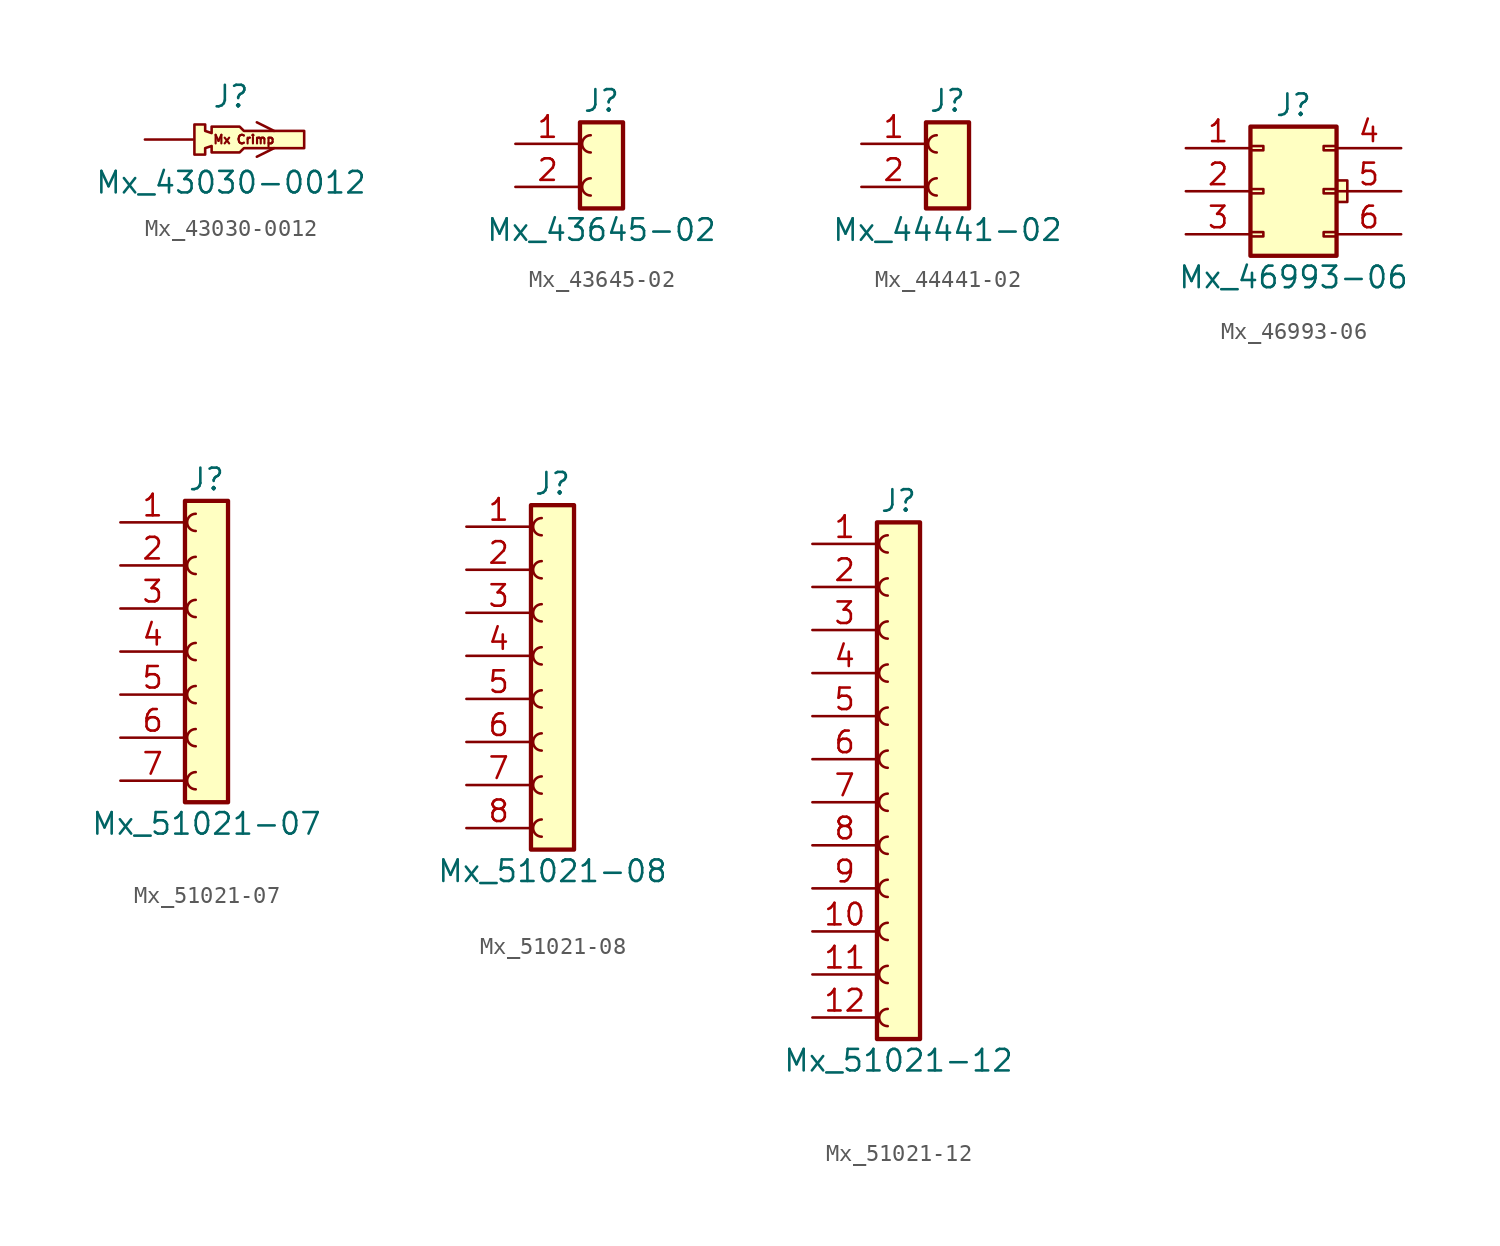
<source format=kicad_sym>
(kicad_symbol_lib
  (version 20211014)
  (generator kicad_symbol_editor)
  (symbol "Mx_43030-0012"
    (pin_numbers hide)
    (pin_names
      (offset 1.016) hide)
    (property "Reference" "J"
      (at 0 2.54 0)
      (effects (font (size 1.27 1.27))))
    (property "Value" "Mx_43030-0012"
      (at 0 -2.54 0)
      (effects (font (size 1.27 1.27))))
    (symbol "Mx_43030-0012_0_0"
      (text "Mx Crimp" (at 0.762 0 0) (effects (font (size 0.508 0.508)))))
    (symbol "Mx_43030-0012_0_1"
      (polyline (pts (xy 2.54 -0.508) (xy 1.524 -1.016)) (stroke (width 0) (type default) (color 0 0 0 0)) (fill (type none)))
      (polyline (pts (xy 2.54 0.508) (xy 1.524 1.016)) (stroke (width 0) (type default) (color 0 0 0 0)) (fill (type none)))
      (polyline (pts (xy 0.762 0.508) (xy 0.508 0.762) (xy -1.143 0.762) (xy -1.143 0.381) (xy -1.524 0.508) (xy -1.524 0.889) (xy -2.159 0.889) (xy -2.159 -0.889) (xy -1.524 -0.889) (xy -1.524 -0.508) (xy -1.143 -0.381) (xy -1.143 -0.762) (xy 0.508 -0.762) (xy 0.762 -0.508) (xy 4.318 -0.508) (xy 4.318 0.508) (xy 0.762 0.508)) (stroke (width 0) (type default) (color 0 0 0 0)) (fill (type background))))
    (symbol "Mx_43030-0012_1_1"
      (pin passive line (at -5.08 0 0) (length 2.819) (name "Pin_1" (effects (font (size 1.27 1.27)))) (number "1" (effects (font (size 1.27 1.27)))))))
  (symbol "Mx_43645-02"
    (pin_names
      (offset 1.016) hide)
    (property "Reference" "J"
      (at 0 2.54 0)
      (effects (font (size 1.27 1.27))))
    (property "Value" "Mx_43645-02"
      (at 0 -5.08 0)
      (effects (font (size 1.27 1.27))))
    (symbol "Mx_43645-02_1_1"
      (rectangle (start -1.27 1.27) (end 1.27 -3.81) (stroke (width 0.254) (type default) (color 0 0 0 0)) (fill (type background)))
      (arc (start -0.635 -2.032) (mid -1.143 -2.54) (end -0.635 -3.048) (stroke (width 0) (type default) (color 0 0 0 0)) (fill (type none)))
      (arc (start -0.635 0.508) (mid -1.143 0) (end -0.635 -0.508) (stroke (width 0) (type default) (color 0 0 0 0)) (fill (type none)))
      (pin passive line (at -5.08 0 0) (length 3.81) (name "Pin_1" (effects (font (size 1.27 1.27)))) (number "1" (effects (font (size 1.27 1.27)))))
      (pin passive line (at -5.08 -2.54 0) (length 3.81) (name "Pin_2" (effects (font (size 1.27 1.27)))) (number "2" (effects (font (size 1.27 1.27)))))))
  (symbol "Mx_44441-02"
    (pin_names
      (offset 1.016) hide)
    (property "Reference" "J"
      (at 0 2.54 0)
      (effects (font (size 1.27 1.27))))
    (property "Value" "Mx_44441-02"
      (at 0 -5.08 0)
      (effects (font (size 1.27 1.27))))
    (symbol "Mx_44441-02_1_1"
      (rectangle (start -1.27 1.27) (end 1.27 -3.81) (stroke (width 0.254) (type default) (color 0 0 0 0)) (fill (type background)))
      (arc (start -0.635 -2.032) (mid -1.143 -2.54) (end -0.635 -3.048) (stroke (width 0) (type default) (color 0 0 0 0)) (fill (type none)))
      (arc (start -0.635 0.508) (mid -1.143 0) (end -0.635 -0.508) (stroke (width 0) (type default) (color 0 0 0 0)) (fill (type none)))
      (pin passive line (at -5.08 0 0) (length 3.81) (name "Pin_1" (effects (font (size 1.27 1.27)))) (number "1" (effects (font (size 1.27 1.27)))))
      (pin passive line (at -5.08 -2.54 0) (length 3.81) (name "Pin_2" (effects (font (size 1.27 1.27)))) (number "2" (effects (font (size 1.27 1.27)))))))
  (symbol "Mx_46993-06"
    (pin_names
      (offset 1.016) hide)
    (property "Reference" "J"
      (at 0 5.08 0)
      (effects (font (size 1.27 1.27))))
    (property "Value" "Mx_46993-06"
      (at 0 -5.08 0)
      (effects (font (size 1.27 1.27))))
    (symbol "Mx_46993-06_0_1"
      (rectangle (start -2.54 -2.667) (end -1.778 -2.413) (stroke (width 0) (type default) (color 0 0 0 0)) (fill (type none)))
      (rectangle (start 2.54 0.635) (end 3.175 -0.635) (stroke (width 0) (type default) (color 0 0 0 0)) (fill (type background))))
    (symbol "Mx_46993-06_1_1"
      (rectangle (start -2.54 -0.127) (end -1.778 0.127) (stroke (width 0) (type default) (color 0 0 0 0)) (fill (type none)))
      (rectangle (start -2.54 2.413) (end -1.778 2.667) (stroke (width 0) (type default) (color 0 0 0 0)) (fill (type none)))
      (rectangle (start 1.778 -2.667) (end 2.54 -2.413) (stroke (width 0) (type default) (color 0 0 0 0)) (fill (type none)))
      (rectangle (start 1.778 -0.127) (end 2.54 0.127) (stroke (width 0) (type default) (color 0 0 0 0)) (fill (type none)))
      (rectangle (start 1.778 2.413) (end 2.54 2.667) (stroke (width 0) (type default) (color 0 0 0 0)) (fill (type none)))
      (rectangle (start 2.54 3.81) (end -2.54 -3.81) (stroke (width 0.254) (type default) (color 0 0 0 0)) (fill (type background)))
      (pin passive line (at -6.35 2.54 0) (length 3.81) (name "Pin_1" (effects (font (size 1.27 1.27)))) (number "1" (effects (font (size 1.27 1.27)))))
      (pin passive line (at -6.35 0 0) (length 3.81) (name "Pin_2" (effects (font (size 1.27 1.27)))) (number "2" (effects (font (size 1.27 1.27)))))
      (pin passive line (at -6.35 -2.54 0) (length 3.81) (name "Pin_3" (effects (font (size 1.27 1.27)))) (number "3" (effects (font (size 1.27 1.27)))))
      (pin passive line (at 6.35 2.54 180) (length 3.81) (name "Pin_4" (effects (font (size 1.27 1.27)))) (number "4" (effects (font (size 1.27 1.27)))))
      (pin passive line (at 6.35 0 180) (length 3.81) (name "Pin_5" (effects (font (size 1.27 1.27)))) (number "5" (effects (font (size 1.27 1.27)))))
      (pin passive line (at 6.35 -2.54 180) (length 3.81) (name "Pin_6" (effects (font (size 1.27 1.27)))) (number "6" (effects (font (size 1.27 1.27)))))))
  (symbol "Mx_51021-07"
    (pin_names
      (offset 1.016) hide)
    (property "Reference" "J"
      (at 0 10.16 0)
      (effects (font (size 1.27 1.27))))
    (property "Value" "Mx_51021-07"
      (at 0 -10.16 0)
      (effects (font (size 1.27 1.27))))
    (symbol "Mx_51021-07_1_1"
      (rectangle (start -1.27 8.89) (end 1.27 -8.89) (stroke (width 0.254) (type default) (color 0 0 0 0)) (fill (type background)))
      (arc (start -0.635 -7.112) (mid -1.143 -7.62) (end -0.635 -8.128) (stroke (width 0) (type default) (color 0 0 0 0)) (fill (type none)))
      (arc (start -0.635 -4.572) (mid -1.143 -5.08) (end -0.635 -5.588) (stroke (width 0) (type default) (color 0 0 0 0)) (fill (type none)))
      (arc (start -0.635 -2.032) (mid -1.143 -2.54) (end -0.635 -3.048) (stroke (width 0) (type default) (color 0 0 0 0)) (fill (type none)))
      (arc (start -0.635 0.508) (mid -1.143 0) (end -0.635 -0.508) (stroke (width 0) (type default) (color 0 0 0 0)) (fill (type none)))
      (arc (start -0.635 3.048) (mid -1.143 2.54) (end -0.635 2.032) (stroke (width 0) (type default) (color 0 0 0 0)) (fill (type none)))
      (arc (start -0.635 5.588) (mid -1.143 5.08) (end -0.635 4.572) (stroke (width 0) (type default) (color 0 0 0 0)) (fill (type none)))
      (arc (start -0.635 8.128) (mid -1.143 7.62) (end -0.635 7.112) (stroke (width 0) (type default) (color 0 0 0 0)) (fill (type none)))
      (pin passive line (at -5.08 7.62 0) (length 3.81) (name "Pin_1" (effects (font (size 1.27 1.27)))) (number "1" (effects (font (size 1.27 1.27)))))
      (pin passive line (at -5.08 5.08 0) (length 3.81) (name "Pin_2" (effects (font (size 1.27 1.27)))) (number "2" (effects (font (size 1.27 1.27)))))
      (pin passive line (at -5.08 2.54 0) (length 3.81) (name "Pin_3" (effects (font (size 1.27 1.27)))) (number "3" (effects (font (size 1.27 1.27)))))
      (pin passive line (at -5.08 0 0) (length 3.81) (name "Pin_4" (effects (font (size 1.27 1.27)))) (number "4" (effects (font (size 1.27 1.27)))))
      (pin passive line (at -5.08 -2.54 0) (length 3.81) (name "Pin_5" (effects (font (size 1.27 1.27)))) (number "5" (effects (font (size 1.27 1.27)))))
      (pin passive line (at -5.08 -5.08 0) (length 3.81) (name "Pin_6" (effects (font (size 1.27 1.27)))) (number "6" (effects (font (size 1.27 1.27)))))
      (pin passive line (at -5.08 -7.62 0) (length 3.81) (name "Pin_7" (effects (font (size 1.27 1.27)))) (number "7" (effects (font (size 1.27 1.27)))))))
  (symbol "Mx_51021-08"
    (pin_names
      (offset 1.016) hide)
    (property "Reference" "J"
      (at 0 10.16 0)
      (effects (font (size 1.27 1.27))))
    (property "Value" "Mx_51021-08"
      (at 0 -12.7 0)
      (effects (font (size 1.27 1.27))))
    (symbol "Mx_51021-08_1_1"
      (rectangle (start -1.27 8.89) (end 1.27 -11.43) (stroke (width 0.254) (type default) (color 0 0 0 0)) (fill (type background)))
      (arc (start -0.635 -9.652) (mid -1.143 -10.16) (end -0.635 -10.668) (stroke (width 0) (type default) (color 0 0 0 0)) (fill (type none)))
      (arc (start -0.635 -7.112) (mid -1.143 -7.62) (end -0.635 -8.128) (stroke (width 0) (type default) (color 0 0 0 0)) (fill (type none)))
      (arc (start -0.635 -4.572) (mid -1.143 -5.08) (end -0.635 -5.588) (stroke (width 0) (type default) (color 0 0 0 0)) (fill (type none)))
      (arc (start -0.635 -2.032) (mid -1.143 -2.54) (end -0.635 -3.048) (stroke (width 0) (type default) (color 0 0 0 0)) (fill (type none)))
      (arc (start -0.635 0.508) (mid -1.143 0) (end -0.635 -0.508) (stroke (width 0) (type default) (color 0 0 0 0)) (fill (type none)))
      (arc (start -0.635 3.048) (mid -1.143 2.54) (end -0.635 2.032) (stroke (width 0) (type default) (color 0 0 0 0)) (fill (type none)))
      (arc (start -0.635 5.588) (mid -1.143 5.08) (end -0.635 4.572) (stroke (width 0) (type default) (color 0 0 0 0)) (fill (type none)))
      (arc (start -0.635 8.128) (mid -1.143 7.62) (end -0.635 7.112) (stroke (width 0) (type default) (color 0 0 0 0)) (fill (type none)))
      (pin passive line (at -5.08 7.62 0) (length 3.81) (name "Pin_1" (effects (font (size 1.27 1.27)))) (number "1" (effects (font (size 1.27 1.27)))))
      (pin passive line (at -5.08 5.08 0) (length 3.81) (name "Pin_2" (effects (font (size 1.27 1.27)))) (number "2" (effects (font (size 1.27 1.27)))))
      (pin passive line (at -5.08 2.54 0) (length 3.81) (name "Pin_3" (effects (font (size 1.27 1.27)))) (number "3" (effects (font (size 1.27 1.27)))))
      (pin passive line (at -5.08 0 0) (length 3.81) (name "Pin_4" (effects (font (size 1.27 1.27)))) (number "4" (effects (font (size 1.27 1.27)))))
      (pin passive line (at -5.08 -2.54 0) (length 3.81) (name "Pin_5" (effects (font (size 1.27 1.27)))) (number "5" (effects (font (size 1.27 1.27)))))
      (pin passive line (at -5.08 -5.08 0) (length 3.81) (name "Pin_6" (effects (font (size 1.27 1.27)))) (number "6" (effects (font (size 1.27 1.27)))))
      (pin passive line (at -5.08 -7.62 0) (length 3.81) (name "Pin_7" (effects (font (size 1.27 1.27)))) (number "7" (effects (font (size 1.27 1.27)))))
      (pin passive line (at -5.08 -10.16 0) (length 3.81) (name "Pin_8" (effects (font (size 1.27 1.27)))) (number "8" (effects (font (size 1.27 1.27)))))))
  (symbol "Mx_51021-12"
    (pin_names
      (offset 1.016) hide)
    (property "Reference" "J"
      (at 0 16.51 0)
      (effects (font (size 1.27 1.27))))
    (property "Value" "Mx_51021-12"
      (at 0 -16.51 0)
      (effects (font (size 1.27 1.27))))
    (symbol "Mx_51021-12_1_1"
      (rectangle (start -1.27 15.24) (end 1.27 -15.24) (stroke (width 0.254) (type default) (color 0 0 0 0)) (fill (type background)))
      (arc (start -0.635 -13.462) (mid -1.143 -13.97) (end -0.635 -14.478) (stroke (width 0) (type default) (color 0 0 0 0)) (fill (type none)))
      (arc (start -0.635 -10.922) (mid -1.143 -11.43) (end -0.635 -11.938) (stroke (width 0) (type default) (color 0 0 0 0)) (fill (type none)))
      (arc (start -0.635 -8.382) (mid -1.143 -8.89) (end -0.635 -9.398) (stroke (width 0) (type default) (color 0 0 0 0)) (fill (type none)))
      (arc (start -0.635 -5.842) (mid -1.143 -6.35) (end -0.635 -6.858) (stroke (width 0) (type default) (color 0 0 0 0)) (fill (type none)))
      (arc (start -0.635 -3.302) (mid -1.143 -3.81) (end -0.635 -4.318) (stroke (width 0) (type default) (color 0 0 0 0)) (fill (type none)))
      (arc (start -0.635 -0.762) (mid -1.143 -1.27) (end -0.635 -1.778) (stroke (width 0) (type default) (color 0 0 0 0)) (fill (type none)))
      (arc (start -0.635 1.778) (mid -1.143 1.27) (end -0.635 0.762) (stroke (width 0) (type default) (color 0 0 0 0)) (fill (type none)))
      (arc (start -0.635 4.318) (mid -1.143 3.81) (end -0.635 3.302) (stroke (width 0) (type default) (color 0 0 0 0)) (fill (type none)))
      (arc (start -0.635 6.858) (mid -1.143 6.35) (end -0.635 5.842) (stroke (width 0) (type default) (color 0 0 0 0)) (fill (type none)))
      (arc (start -0.635 9.398) (mid -1.143 8.89) (end -0.635 8.382) (stroke (width 0) (type default) (color 0 0 0 0)) (fill (type none)))
      (arc (start -0.635 11.938) (mid -1.143 11.43) (end -0.635 10.922) (stroke (width 0) (type default) (color 0 0 0 0)) (fill (type none)))
      (arc (start -0.635 14.478) (mid -1.143 13.97) (end -0.635 13.462) (stroke (width 0) (type default) (color 0 0 0 0)) (fill (type none)))
      (pin passive line (at -5.08 13.97 0) (length 3.81) (name "Pin_1" (effects (font (size 1.27 1.27)))) (number "1" (effects (font (size 1.27 1.27)))))
      (pin passive line (at -5.08 -8.89 0) (length 3.81) (name "Pin_10" (effects (font (size 1.27 1.27)))) (number "10" (effects (font (size 1.27 1.27)))))
      (pin passive line (at -5.08 -11.43 0) (length 3.81) (name "Pin_11" (effects (font (size 1.27 1.27)))) (number "11" (effects (font (size 1.27 1.27)))))
      (pin passive line (at -5.08 -13.97 0) (length 3.81) (name "Pin_12" (effects (font (size 1.27 1.27)))) (number "12" (effects (font (size 1.27 1.27)))))
      (pin passive line (at -5.08 11.43 0) (length 3.81) (name "Pin_2" (effects (font (size 1.27 1.27)))) (number "2" (effects (font (size 1.27 1.27)))))
      (pin passive line (at -5.08 8.89 0) (length 3.81) (name "Pin_3" (effects (font (size 1.27 1.27)))) (number "3" (effects (font (size 1.27 1.27)))))
      (pin passive line (at -5.08 6.35 0) (length 3.81) (name "Pin_4" (effects (font (size 1.27 1.27)))) (number "4" (effects (font (size 1.27 1.27)))))
      (pin passive line (at -5.08 3.81 0) (length 3.81) (name "Pin_5" (effects (font (size 1.27 1.27)))) (number "5" (effects (font (size 1.27 1.27)))))
      (pin passive line (at -5.08 1.27 0) (length 3.81) (name "Pin_6" (effects (font (size 1.27 1.27)))) (number "6" (effects (font (size 1.27 1.27)))))
      (pin passive line (at -5.08 -1.27 0) (length 3.81) (name "Pin_7" (effects (font (size 1.27 1.27)))) (number "7" (effects (font (size 1.27 1.27)))))
      (pin passive line (at -5.08 -3.81 0) (length 3.81) (name "Pin_8" (effects (font (size 1.27 1.27)))) (number "8" (effects (font (size 1.27 1.27)))))
      (pin passive line (at -5.08 -6.35 0) (length 3.81) (name "Pin_9" (effects (font (size 1.27 1.27)))) (number "9" (effects (font (size 1.27 1.27))))))))
</source>
